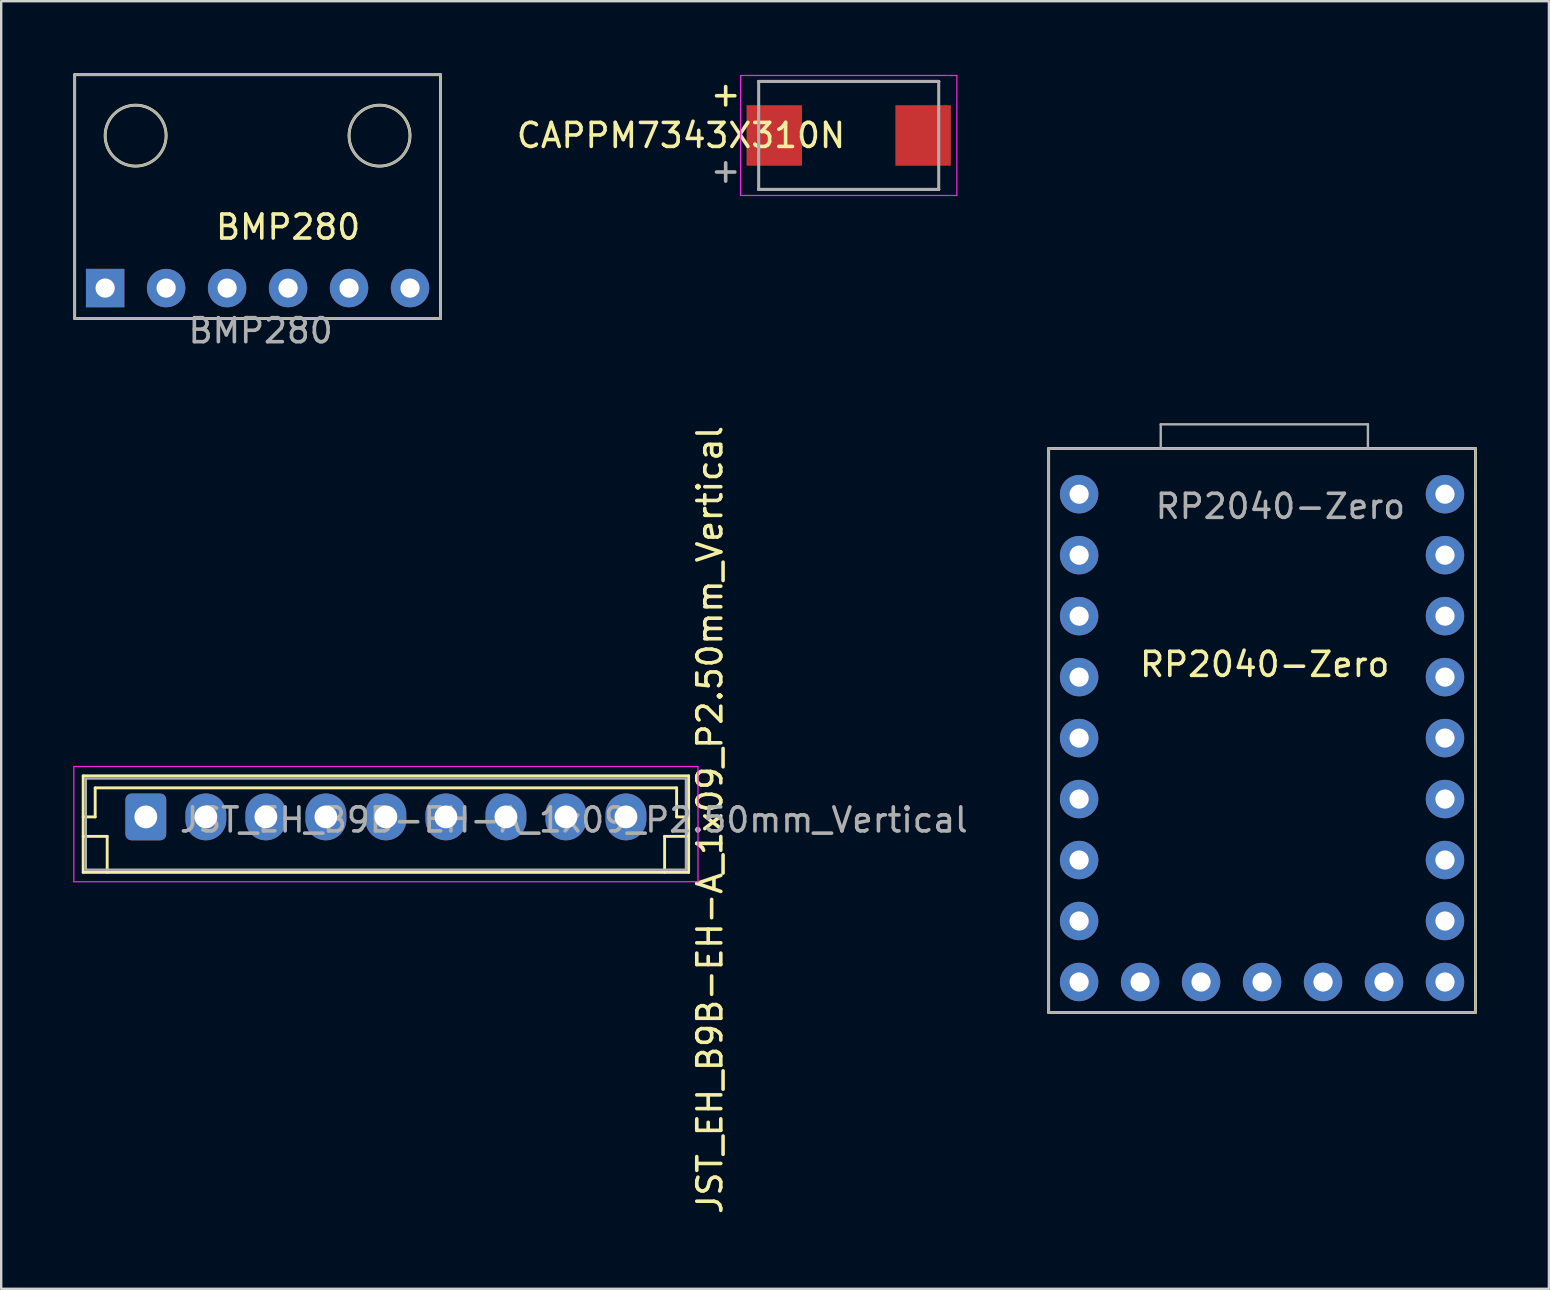
<source format=kicad_pcb>
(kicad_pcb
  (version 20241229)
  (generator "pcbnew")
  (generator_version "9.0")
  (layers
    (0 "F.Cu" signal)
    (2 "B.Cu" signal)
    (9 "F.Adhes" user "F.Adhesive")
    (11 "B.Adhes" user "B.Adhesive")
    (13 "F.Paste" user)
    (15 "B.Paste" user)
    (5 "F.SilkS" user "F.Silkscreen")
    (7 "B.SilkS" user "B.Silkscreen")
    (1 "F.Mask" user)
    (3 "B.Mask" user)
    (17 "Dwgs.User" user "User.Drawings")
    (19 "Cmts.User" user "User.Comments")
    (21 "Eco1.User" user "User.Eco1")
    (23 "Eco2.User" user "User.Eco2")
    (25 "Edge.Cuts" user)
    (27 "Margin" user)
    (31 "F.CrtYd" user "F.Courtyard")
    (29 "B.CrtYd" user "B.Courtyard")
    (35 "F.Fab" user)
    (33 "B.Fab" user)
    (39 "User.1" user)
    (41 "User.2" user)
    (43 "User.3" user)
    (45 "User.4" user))
  (footprint "JST_EH_B9B-EH-A_1x09_P2.50mm_Vertical"
    (layer "F.Cu")
    (at 3.025 30.979)
    (property "Reference" "JST_EH_B9B-EH-A_1x09_P2.50mm_Vertical" (at 23.495 0.127 90) (layer "F.SilkS") (effects (font (size 1 1) (thickness 0.15))))
    (attr through_hole)
    (fp_line (start -2.61 -1.71) (end -2.61 2.31) (stroke (width 0.12) (type solid)) (layer "F.SilkS"))
    (fp_line (start -2.61 0) (end -2.11 0) (stroke (width 0.12) (type solid)) (layer "F.SilkS"))
    (fp_line (start -2.61 0.81) (end -1.61 0.81) (stroke (width 0.12) (type solid)) (layer "F.SilkS"))
    (fp_line (start -2.61 2.31) (end 22.61 2.31) (stroke (width 0.12) (type solid)) (layer "F.SilkS"))
    (fp_line (start -2.11 -1.21) (end 22.11 -1.21) (stroke (width 0.12) (type solid)) (layer "F.SilkS"))
    (fp_line (start -2.11 0) (end -2.11 -1.21) (stroke (width 0.12) (type solid)) (layer "F.SilkS"))
    (fp_line (start -1.61 0.81) (end -1.61 2.31) (stroke (width 0.12) (type solid)) (layer "F.SilkS"))
    (fp_line (start 21.61 0.81) (end 21.61 2.31) (stroke (width 0.12) (type solid)) (layer "F.SilkS"))
    (fp_line (start 22.11 -1.21) (end 22.11 0) (stroke (width 0.12) (type solid)) (layer "F.SilkS"))
    (fp_line (start 22.11 0) (end 22.61 0) (stroke (width 0.12) (type solid)) (layer "F.SilkS"))
    (fp_line (start 22.61 -1.71) (end -2.61 -1.71) (stroke (width 0.12) (type solid)) (layer "F.SilkS"))
    (fp_line (start 22.61 0.81) (end 21.61 0.81) (stroke (width 0.12) (type solid)) (layer "F.SilkS"))
    (fp_line (start 22.61 2.31) (end 22.61 -1.71) (stroke (width 0.12) (type solid)) (layer "F.SilkS"))
    (fp_line (start -3 -2.1) (end -3 2.7) (stroke (width 0.05) (type solid)) (layer "F.CrtYd"))
    (fp_line (start -3 2.7) (end 23 2.7) (stroke (width 0.05) (type solid)) (layer "F.CrtYd"))
    (fp_line (start 23 -2.1) (end -3 -2.1) (stroke (width 0.05) (type solid)) (layer "F.CrtYd"))
    (fp_line (start 23 2.7) (end 23 -2.1) (stroke (width 0.05) (type solid)) (layer "F.CrtYd"))
    (fp_line (start -2.5 -1.6) (end -2.5 2.2) (stroke (width 0.1) (type solid)) (layer "F.Fab"))
    (fp_line (start -2.5 2.2) (end 22.5 2.2) (stroke (width 0.1) (type solid)) (layer "F.Fab"))
    (fp_line (start 22.5 -1.6) (end -2.5 -1.6) (stroke (width 0.1) (type solid)) (layer "F.Fab"))
    (fp_line (start 22.5 2.2) (end 22.5 -1.6) (stroke (width 0.1) (type solid)) (layer "F.Fab"))
    (fp_text user "${REFERENCE}" (at 17.827 0.127 180) (layer "F.Fab") (effects (font (size 1 1) (thickness 0.15))))
    (pad "1" thru_hole roundrect (at 0 0) (size 1.7 1.95) (drill 0.95) (layers "*.Cu" "*.Mask") (roundrect_rratio 0.147))
    (pad "2" thru_hole oval (at 2.5 0) (size 1.7 1.95) (drill 0.95) (layers "*.Cu" "*.Mask"))
    (pad "3" thru_hole oval (at 5 0) (size 1.7 1.95) (drill 0.95) (layers "*.Cu" "*.Mask"))
    (pad "4" thru_hole oval (at 7.5 0) (size 1.7 1.95) (drill 0.95) (layers "*.Cu" "*.Mask"))
    (pad "5" thru_hole oval (at 10 0) (size 1.7 1.95) (drill 0.95) (layers "*.Cu" "*.Mask"))
    (pad "6" thru_hole oval (at 12.5 0) (size 1.7 1.95) (drill 0.95) (layers "*.Cu" "*.Mask"))
    (pad "7" thru_hole oval (at 15 0) (size 1.7 1.95) (drill 0.95) (layers "*.Cu" "*.Mask"))
    (pad "8" thru_hole oval (at 17.5 0) (size 1.7 1.95) (drill 0.95) (layers "*.Cu" "*.Mask"))
    (pad "9" thru_hole oval (at 20 0) (size 1.7 1.95) (drill 0.95) (layers "*.Cu" "*.Mask")))
  (footprint "BMP280"
    (layer "F.Cu")
    (at 1.33 8.95)
    (property "Reference" "BMP280" (at 7.62 -2.54 180) (layer "F.SilkS") (effects (font (size 1 1) (thickness 0.15))))
    (attr through_hole)
    (fp_line (start -1.27 -8.89) (end -1.27 1.27) (stroke (width 0.12) (type default)) (layer "F.SilkS"))
    (fp_line (start -1.27 1.27) (end 13.97 1.27) (stroke (width 0.12) (type default)) (layer "F.SilkS"))
    (fp_line (start 13.97 -8.89) (end -1.27 -8.89) (stroke (width 0.12) (type default)) (layer "F.SilkS"))
    (fp_line (start 13.97 1.27) (end 13.97 -8.89) (stroke (width 0.12) (type default)) (layer "F.SilkS"))
    (fp_circle (center 1.27 -6.35) (end 1.27 -7.62) (stroke (width 0.12) (type default)) (fill no) (layer "F.SilkS"))
    (fp_circle (center 11.43 -6.35) (end 11.43 -7.62) (stroke (width 0.12) (type default)) (fill no) (layer "F.SilkS"))
    (fp_line (start -1.27 -8.89) (end -1.27 1.27) (stroke (width 0.1) (type default)) (layer "F.Fab"))
    (fp_line (start -1.27 1.27) (end 13.97 1.27) (stroke (width 0.1) (type default)) (layer "F.Fab"))
    (fp_line (start 13.97 -8.89) (end -1.27 -8.89) (stroke (width 0.1) (type default)) (layer "F.Fab"))
    (fp_line (start 13.97 1.27) (end 13.97 -8.89) (stroke (width 0.1) (type default)) (layer "F.Fab"))
    (fp_circle (center 1.27 -6.35) (end 2.54 -6.35) (stroke (width 0.1) (type default)) (fill no) (layer "F.Fab"))
    (fp_circle (center 11.43 -6.35) (end 12.7 -6.35) (stroke (width 0.1) (type default)) (fill no) (layer "F.Fab"))
    (fp_text user "${REFERENCE}" (at 6.477 1.778 180) (layer "F.Fab") (effects (font (size 1 1) (thickness 0.15))))
    (pad "1" thru_hole rect (at 0 0) (size 1.6 1.6) (drill 0.8) (layers "*.Cu" "*.Mask"))
    (pad "2" thru_hole circle (at 2.54 0) (size 1.6 1.6) (drill 0.8) (layers "*.Cu" "*.Mask"))
    (pad "3" thru_hole circle (at 5.08 0) (size 1.6 1.6) (drill 0.8) (layers "*.Cu" "*.Mask"))
    (pad "4" thru_hole circle (at 7.62 0) (size 1.6 1.6) (drill 0.8) (layers "*.Cu" "*.Mask"))
    (pad "5" thru_hole circle (at 10.16 0) (size 1.6 1.6) (drill 0.8) (layers "*.Cu" "*.Mask"))
    (pad "6" thru_hole circle (at 12.7 0) (size 1.6 1.6) (drill 0.8) (layers "*.Cu" "*.Mask")))
  (footprint "RP2040-Zero"
    (layer "F.Cu")
    (at 40.632 39.126)
    (property "Reference" "RP2040-Zero" (at 9 -14.5 0) (unlocked yes) (layer "F.SilkS") (effects (font (size 1 1) (thickness 0.15))))
    (attr through_hole)
    (fp_line (start 0 -23.495) (end 0 0) (stroke (width 0.12) (type default)) (layer "F.SilkS"))
    (fp_line (start 0 -23.495) (end 17.78 -23.495) (stroke (width 0.12) (type default)) (layer "F.SilkS"))
    (fp_line (start 0 0) (end 17.78 0) (stroke (width 0.12) (type default)) (layer "F.SilkS"))
    (fp_line (start 17.78 -22.86) (end 17.78 -23.495) (stroke (width 0.12) (type default)) (layer "F.SilkS"))
    (fp_line (start 17.78 0) (end 17.78 -22.86) (stroke (width 0.12) (type default)) (layer "F.SilkS"))
    (fp_line (start 0 -23.495) (end 17.78 -23.495) (stroke (width 0.1) (type default)) (layer "F.Fab"))
    (fp_line (start 0 0) (end 0 -23.495) (stroke (width 0.1) (type default)) (layer "F.Fab"))
    (fp_line (start 4.67 -24.5) (end 4.67 -23.5) (stroke (width 0.1) (type solid)) (layer "F.Fab"))
    (fp_line (start 4.67 -24.5) (end 13.3 -24.5) (stroke (width 0.1) (type solid)) (layer "F.Fab"))
    (fp_line (start 13.3 -24.5) (end 13.3 -23.5) (stroke (width 0.1) (type solid)) (layer "F.Fab"))
    (fp_line (start 17.78 -23.495) (end 17.78 0) (stroke (width 0.1) (type default)) (layer "F.Fab"))
    (fp_line (start 17.78 0) (end 0 0) (stroke (width 0.1) (type default)) (layer "F.Fab"))
    (fp_text user "${REFERENCE}" (at 9.652 -21.082 0) (unlocked yes) (layer "F.Fab") (effects (font (size 1 1) (thickness 0.15))))
    (pad "1" thru_hole circle (at 16.51 -21.59) (size 1.6 1.6) (drill 0.8) (layers "*.Cu" "*.Mask"))
    (pad "2" thru_hole circle (at 16.51 -19.05) (size 1.6 1.6) (drill 0.8) (layers "*.Cu" "*.Mask"))
    (pad "3" thru_hole circle (at 16.51 -16.51) (size 1.6 1.6) (drill 0.8) (layers "*.Cu" "*.Mask"))
    (pad "4" thru_hole circle (at 16.51 -13.97) (size 1.6 1.6) (drill 0.8) (layers "*.Cu" "*.Mask"))
    (pad "5" thru_hole circle (at 16.51 -11.43) (size 1.6 1.6) (drill 0.8) (layers "*.Cu" "*.Mask"))
    (pad "6" thru_hole circle (at 16.51 -8.89) (size 1.6 1.6) (drill 0.8) (layers "*.Cu" "*.Mask"))
    (pad "7" thru_hole circle (at 16.51 -6.35) (size 1.6 1.6) (drill 0.8) (layers "*.Cu" "*.Mask"))
    (pad "8" thru_hole circle (at 16.51 -3.81) (size 1.6 1.6) (drill 0.8) (layers "*.Cu" "*.Mask"))
    (pad "9" thru_hole circle (at 16.51 -1.27) (size 1.6 1.6) (drill 0.8) (layers "*.Cu" "*.Mask"))
    (pad "10" thru_hole circle (at 13.97 -1.27) (size 1.6 1.6) (drill 0.8) (layers "*.Cu" "*.Mask"))
    (pad "11" thru_hole circle (at 11.43 -1.27) (size 1.6 1.6) (drill 0.8) (layers "*.Cu" "*.Mask"))
    (pad "12" thru_hole circle (at 8.89 -1.27) (size 1.6 1.6) (drill 0.8) (layers "*.Cu" "*.Mask"))
    (pad "13" thru_hole circle (at 6.35 -1.27) (size 1.6 1.6) (drill 0.8) (layers "*.Cu" "*.Mask"))
    (pad "14" thru_hole circle (at 3.81 -1.27) (size 1.6 1.6) (drill 0.8) (layers "*.Cu" "*.Mask"))
    (pad "15" thru_hole circle (at 1.27 -1.27) (size 1.6 1.6) (drill 0.8) (layers "*.Cu" "*.Mask"))
    (pad "16" thru_hole circle (at 1.27 -3.81) (size 1.6 1.6) (drill 0.8) (layers "*.Cu" "*.Mask"))
    (pad "17" thru_hole circle (at 1.27 -6.35) (size 1.6 1.6) (drill 0.8) (layers "*.Cu" "*.Mask"))
    (pad "18" thru_hole circle (at 1.27 -8.89) (size 1.6 1.6) (drill 0.8) (layers "*.Cu" "*.Mask"))
    (pad "19" thru_hole circle (at 1.27 -11.43) (size 1.6 1.6) (drill 0.8) (layers "*.Cu" "*.Mask"))
    (pad "20" thru_hole circle (at 1.27 -13.97) (size 1.6 1.6) (drill 0.8) (layers "*.Cu" "*.Mask"))
    (pad "21" thru_hole circle (at 1.27 -16.51) (size 1.6 1.6) (drill 0.8) (layers "*.Cu" "*.Mask"))
    (pad "22" thru_hole circle (at 1.27 -19.05) (size 1.6 1.6) (drill 0.8) (layers "*.Cu" "*.Mask"))
    (pad "23" thru_hole circle (at 1.27 -21.59) (size 1.6 1.6) (drill 0.8) (layers "*.Cu" "*.Mask")))
  (footprint "CAPPM7343X310N"
    (layer "F.Cu")
    (at 32.303 2.593)
    (property "Reference" "CAPPM7343X310N" (at -6.985 0 180) (layer "F.SilkS") (effects (font (size 1 1) (thickness 0.15))))
    (attr smd)
    (fp_line (start -3.75 -2.25) (end 3.75 -2.25) (stroke (width 0.127) (type solid)) (layer "F.SilkS"))
    (fp_line (start -3.75 2.25) (end 3.75 2.25) (stroke (width 0.127) (type solid)) (layer "F.SilkS"))
    (fp_line (start -4.505 -2.5) (end 4.505 -2.5) (stroke (width 0.05) (type solid)) (layer "F.CrtYd"))
    (fp_line (start -4.505 2.5) (end -4.505 -2.5) (stroke (width 0.05) (type solid)) (layer "F.CrtYd"))
    (fp_line (start -4.505 2.5) (end 4.505 2.5) (stroke (width 0.05) (type solid)) (layer "F.CrtYd"))
    (fp_line (start 4.505 2.5) (end 4.505 -2.5) (stroke (width 0.05) (type solid)) (layer "F.CrtYd"))
    (fp_line (start -3.75 2.25) (end -3.75 -2.25) (stroke (width 0.127) (type solid)) (layer "F.Fab"))
    (fp_line (start 3.75 -2.25) (end -3.75 -2.25) (stroke (width 0.127) (type solid)) (layer "F.Fab"))
    (fp_line (start 3.75 2.25) (end -3.75 2.25) (stroke (width 0.127) (type solid)) (layer "F.Fab"))
    (fp_line (start 3.75 2.25) (end 3.75 -2.25) (stroke (width 0.127) (type solid)) (layer "F.Fab"))
    (fp_text user "+" (at -5.842 -1.143 0) (unlocked yes) (layer "F.SilkS") (effects (font (size 1 1) (thickness 0.15)) (justify left bottom)))
    (fp_text user "+" (at -5.842 2.032 0) (unlocked yes) (layer "F.Fab") (effects (font (size 1 1) (thickness 0.15)) (justify left bottom)))
    (pad "1" smd rect (at -3.1 0) (size 2.31 2.52) (layers "F.Cu" "F.Mask" "F.Paste"))
    (pad "2" smd rect (at 3.1 0) (size 2.31 2.52) (layers "F.Cu" "F.Mask" "F.Paste")))
  (gr_rect
    (start -3 -3)
    (end 61.472 50.636)
    (stroke (width 0.1) (type default))
    (fill no)
    (layer "Edge.Cuts")))
</source>
